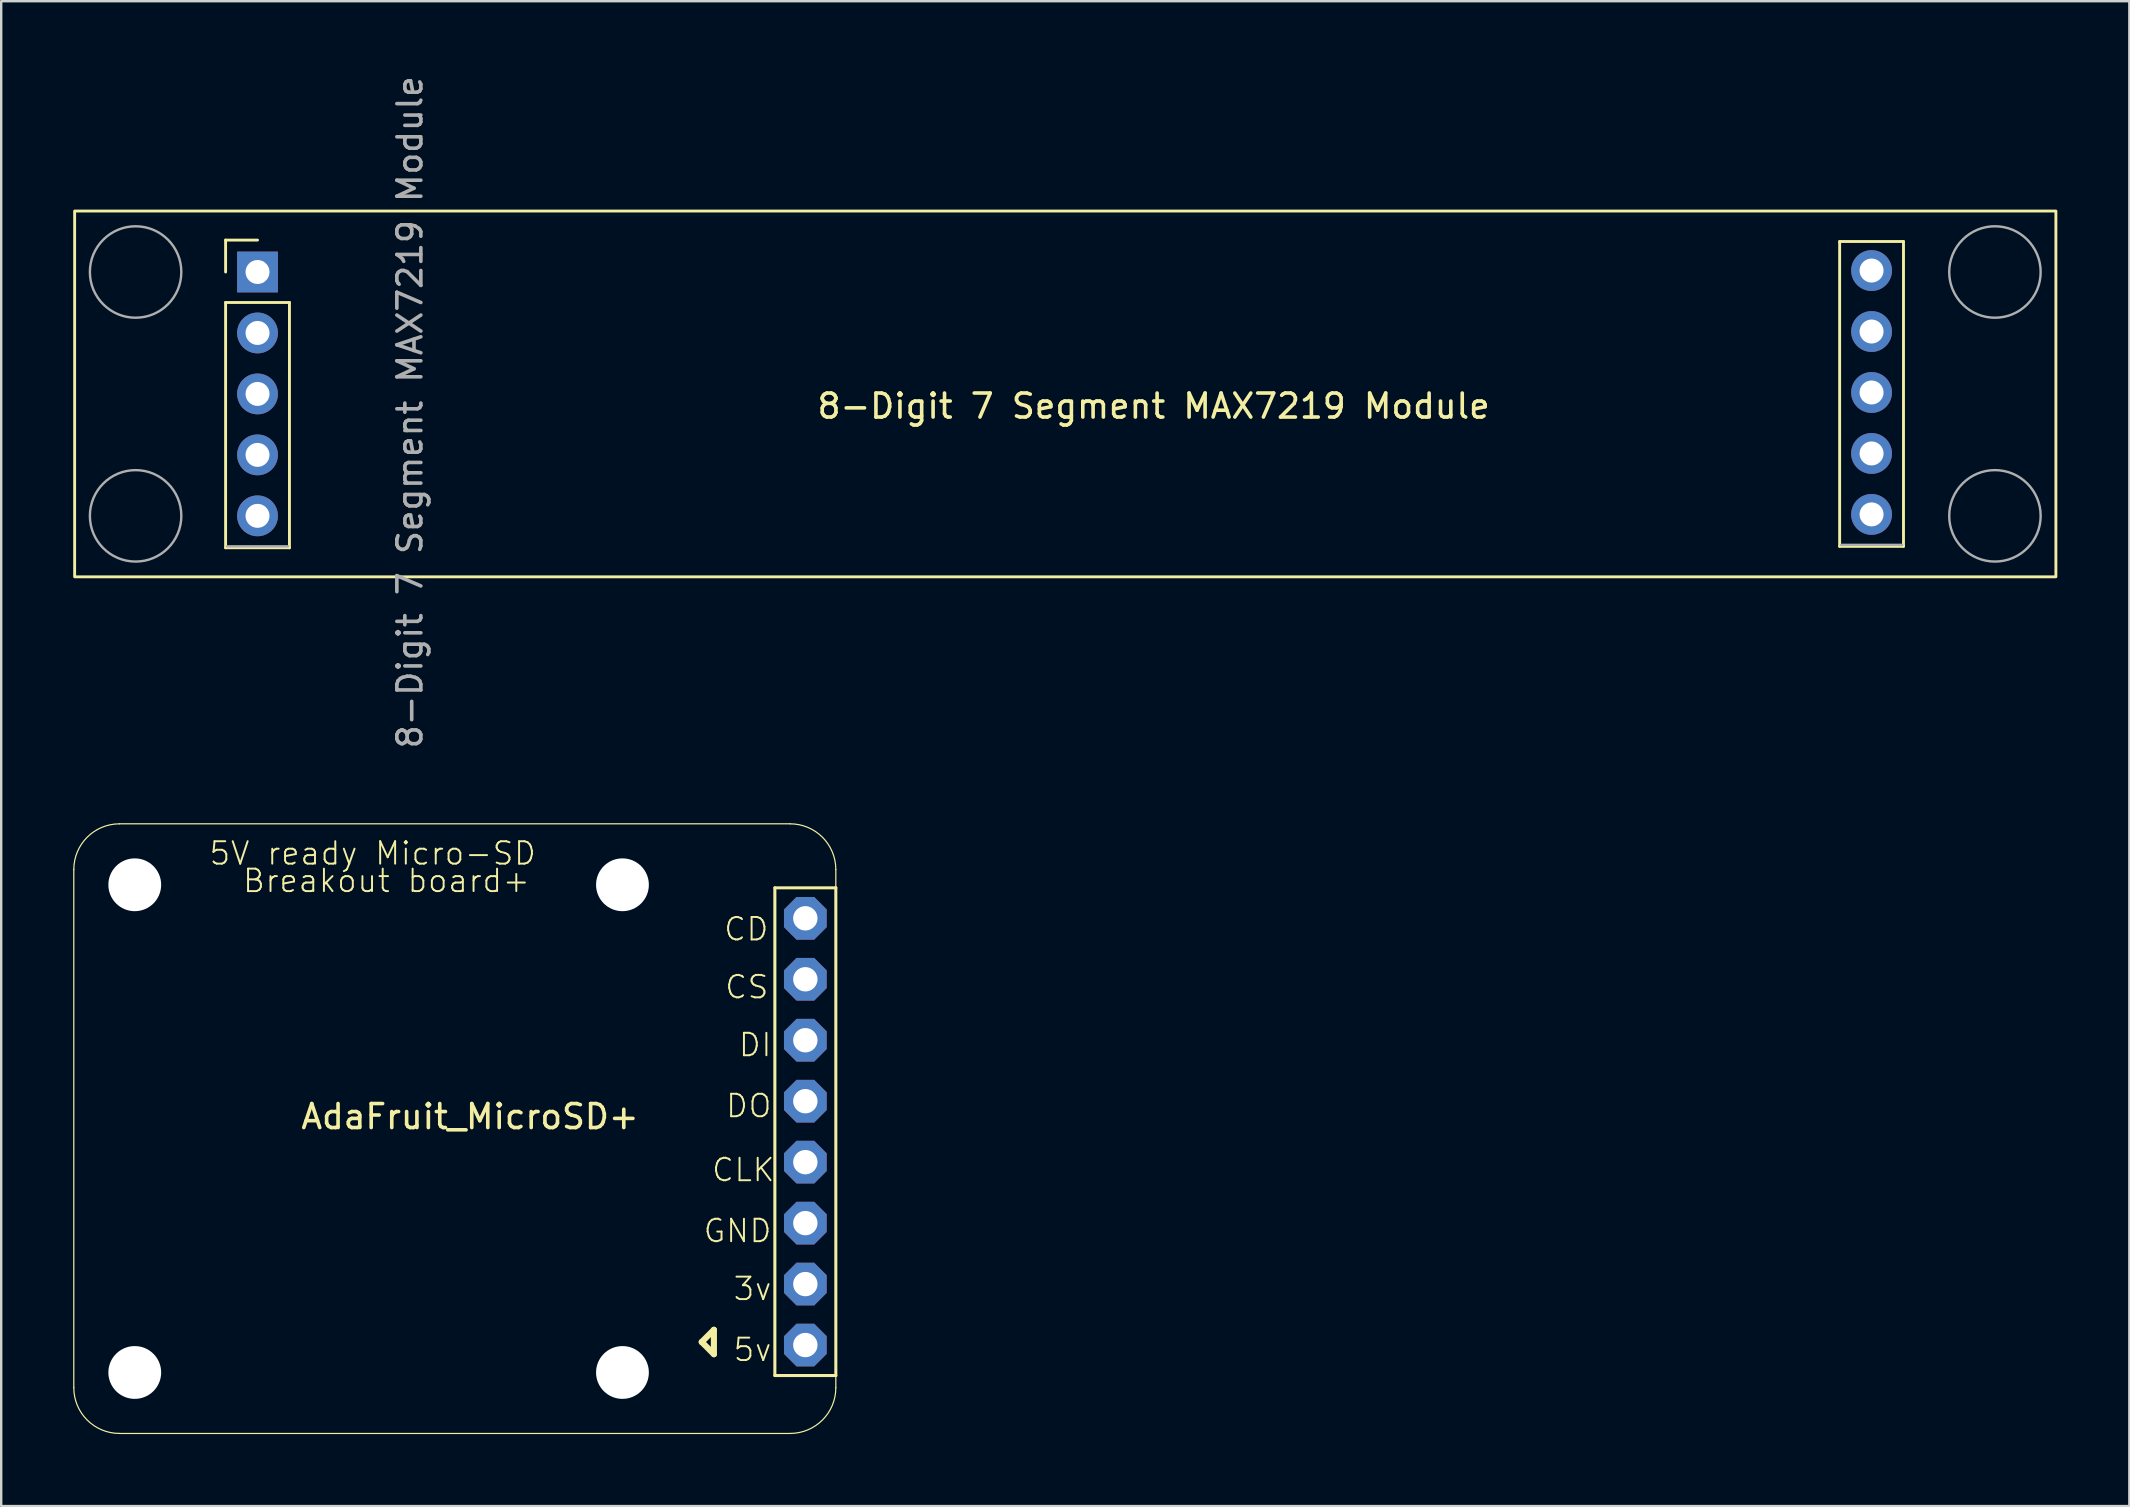
<source format=kicad_pcb>
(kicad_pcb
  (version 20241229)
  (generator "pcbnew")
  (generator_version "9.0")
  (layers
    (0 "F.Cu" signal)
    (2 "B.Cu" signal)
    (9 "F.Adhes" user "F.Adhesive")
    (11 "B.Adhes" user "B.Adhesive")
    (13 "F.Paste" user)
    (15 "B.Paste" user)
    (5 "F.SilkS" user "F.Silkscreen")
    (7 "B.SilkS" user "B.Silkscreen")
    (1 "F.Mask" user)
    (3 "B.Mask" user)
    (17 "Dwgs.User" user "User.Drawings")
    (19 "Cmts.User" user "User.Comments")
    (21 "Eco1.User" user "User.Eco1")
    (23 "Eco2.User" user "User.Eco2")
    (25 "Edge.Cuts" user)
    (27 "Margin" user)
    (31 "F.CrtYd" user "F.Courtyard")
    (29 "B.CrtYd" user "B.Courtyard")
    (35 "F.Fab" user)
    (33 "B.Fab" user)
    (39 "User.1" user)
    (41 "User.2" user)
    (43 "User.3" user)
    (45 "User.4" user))
  (footprint "8-Digit 7 Segment MAX7219 Module"
    (layer "F.Cu")
    (at 7.68 8.283)
    (property "Reference" "8-Digit 7 Segment MAX7219 Module" (at 37.338 5.588 0) (layer "F.SilkS") (effects (font (size 1 1) (thickness 0.15))))
    (attr through_hole)
    (fp_line (start -1.33 -1.33) (end 0 -1.33) (stroke (width 0.12) (type solid)) (layer "F.SilkS"))
    (fp_line (start -1.33 0) (end -1.33 -1.33) (stroke (width 0.12) (type solid)) (layer "F.SilkS"))
    (fp_line (start -1.33 1.27) (end -1.33 11.49) (stroke (width 0.12) (type solid)) (layer "F.SilkS"))
    (fp_line (start -1.33 1.27) (end 1.33 1.27) (stroke (width 0.12) (type solid)) (layer "F.SilkS"))
    (fp_line (start -1.33 11.49) (end 1.33 11.49) (stroke (width 0.12) (type solid)) (layer "F.SilkS"))
    (fp_line (start 1.33 1.27) (end 1.33 11.49) (stroke (width 0.12) (type solid)) (layer "F.SilkS"))
    (fp_line (start 65.92 -1.27) (end 65.92 11.43) (stroke (width 0.12) (type solid)) (layer "F.SilkS"))
    (fp_line (start 65.92 -1.27) (end 68.58 -1.27) (stroke (width 0.12) (type solid)) (layer "F.SilkS"))
    (fp_line (start 65.92 11.43) (end 68.58 11.43) (stroke (width 0.12) (type solid)) (layer "F.SilkS"))
    (fp_line (start 68.58 -1.27) (end 68.58 11.43) (stroke (width 0.12) (type solid)) (layer "F.SilkS"))
    (fp_rect (start -7.62 -2.54) (end 74.93 12.7) (stroke (width 0.12) (type default)) (fill no) (layer "F.SilkS"))
    (fp_line (start 1.27 11.43) (end -1.27 11.43) (stroke (width 0.1) (type solid)) (layer "F.Fab"))
    (fp_line (start 68.52 11.37) (end 65.98 11.37) (stroke (width 0.1) (type solid)) (layer "F.Fab"))
    (fp_circle (center -5.08 0) (end -3.175 0) (stroke (width 0.1) (type default)) (fill no) (layer "F.Fab"))
    (fp_circle (center -5.08 10.16) (end -3.175 10.16) (stroke (width 0.1) (type default)) (fill no) (layer "F.Fab"))
    (fp_circle (center 72.39 0) (end 74.295 0) (stroke (width 0.1) (type default)) (fill no) (layer "F.Fab"))
    (fp_circle (center 72.39 10.16) (end 74.295 10.16) (stroke (width 0.1) (type default)) (fill no) (layer "F.Fab"))
    (fp_text user "${REFERENCE}" (at 6.35 5.842 270) (layer "F.Fab") (effects (font (size 1 1) (thickness 0.15))))
    (pad "1" thru_hole rect (at 0 0) (size 1.7 1.7) (drill 1) (layers "*.Cu" "*.Mask"))
    (pad "2" thru_hole oval (at 0 2.54) (size 1.7 1.7) (drill 1) (layers "*.Cu" "*.Mask"))
    (pad "3" thru_hole oval (at 0 5.08) (size 1.7 1.7) (drill 1) (layers "*.Cu" "*.Mask"))
    (pad "4" thru_hole oval (at 0 7.62) (size 1.7 1.7) (drill 1) (layers "*.Cu" "*.Mask"))
    (pad "5" thru_hole oval (at 0 10.16) (size 1.7 1.7) (drill 1) (layers "*.Cu" "*.Mask"))
    (pad "6" thru_hole oval (at 67.25 10.1) (size 1.7 1.7) (drill 1) (layers "*.Cu" "*.Mask"))
    (pad "7" thru_hole oval (at 67.25 7.56) (size 1.7 1.7) (drill 1) (layers "*.Cu" "*.Mask"))
    (pad "8" thru_hole oval (at 67.25 5.02) (size 1.7 1.7) (drill 1) (layers "*.Cu" "*.Mask"))
    (pad "9" thru_hole oval (at 67.25 2.48) (size 1.7 1.7) (drill 1) (layers "*.Cu" "*.Mask"))
    (pad "10" thru_hole circle (at 67.25 -0.06) (size 1.7 1.7) (drill 1) (layers "*.Cu" "*.Mask")))
  (footprint "AdaFruit_MicroSD+"
    (layer "F.Cu")
    (at 16.535 43.975)
    (property "Reference" "AdaFruit_MicroSD+" (at 0 -0.5 0) (unlocked yes) (layer "F.SilkS") (effects (font (size 1 1) (thickness 0.15))))
    (attr through_hole)
    (fp_line (start -16.51 10.795) (end -16.51 -10.795) (stroke (width 0.05) (type solid)) (layer "F.SilkS"))
    (fp_line (start -14.605 -12.7) (end 13.335 -12.7) (stroke (width 0.05) (type solid)) (layer "F.SilkS"))
    (fp_line (start 9.652 8.89) (end 10.16 8.382) (stroke (width 0.254) (type solid)) (layer "F.SilkS"))
    (fp_line (start 10.16 8.382) (end 10.16 9.398) (stroke (width 0.254) (type solid)) (layer "F.SilkS"))
    (fp_line (start 10.16 9.398) (end 9.652 8.89) (stroke (width 0.254) (type solid)) (layer "F.SilkS"))
    (fp_line (start 12.7 -10.033) (end 15.24 -10.033) (stroke (width 0.127) (type solid)) (layer "F.SilkS"))
    (fp_line (start 12.7 10.287) (end 12.7 -10.033) (stroke (width 0.127) (type solid)) (layer "F.SilkS"))
    (fp_line (start 13.335 12.7) (end -14.605 12.7) (stroke (width 0.05) (type solid)) (layer "F.SilkS"))
    (fp_line (start 15.24 -10.795) (end 15.24 10.795) (stroke (width 0.05) (type solid)) (layer "F.SilkS"))
    (fp_line (start 15.24 -10.033) (end 15.24 10.287) (stroke (width 0.127) (type solid)) (layer "F.SilkS"))
    (fp_line (start 15.24 10.287) (end 12.7 10.287) (stroke (width 0.127) (type solid)) (layer "F.SilkS"))
    (fp_arc (start -16.51 -10.795) (mid -15.952038 -12.142038) (end -14.605 -12.7) (stroke (width 0.05) (type solid)) (layer "F.SilkS"))
    (fp_arc (start -14.605 12.7) (mid -15.952038 12.142038) (end -16.51 10.795) (stroke (width 0.05) (type solid)) (layer "F.SilkS"))
    (fp_arc (start 13.335 -12.7) (mid 14.682038 -12.142038) (end 15.24 -10.795) (stroke (width 0.05) (type solid)) (layer "F.SilkS"))
    (fp_arc (start 15.24 10.795) (mid 14.682038 12.142038) (end 13.335 12.7) (stroke (width 0.05) (type solid)) (layer "F.SilkS"))
    (fp_rect (start 13.716 -9.017) (end 14.224 -8.509) (stroke (width 0.1) (type default)) (fill no) (layer "F.Fab"))
    (fp_rect (start 13.716 -6.477) (end 14.224 -5.969) (stroke (width 0.1) (type default)) (fill no) (layer "F.Fab"))
    (fp_rect (start 13.716 -3.937) (end 14.224 -3.429) (stroke (width 0.1) (type default)) (fill no) (layer "F.Fab"))
    (fp_rect (start 13.716 -1.397) (end 14.224 -0.889) (stroke (width 0.1) (type default)) (fill no) (layer "F.Fab"))
    (fp_rect (start 13.716 1.143) (end 14.224 1.651) (stroke (width 0.1) (type default)) (fill no) (layer "F.Fab"))
    (fp_rect (start 13.716 3.683) (end 14.224 4.191) (stroke (width 0.1) (type default)) (fill no) (layer "F.Fab"))
    (fp_rect (start 13.716 6.223) (end 14.224 6.731) (stroke (width 0.1) (type default)) (fill no) (layer "F.Fab"))
    (fp_rect (start 13.716 8.763) (end 14.224 9.271) (stroke (width 0.1) (type default)) (fill no) (layer "F.Fab"))
    (fp_text user "GND" (at 9.667 4.808 0) (unlocked yes) (layer "F.SilkS") (effects (font (size 0.935 0.935) (thickness 0.081)) (justify left bottom)))
    (fp_text user "CLK" (at 10.017 2.268 0) (unlocked yes) (layer "F.SilkS") (effects (font (size 0.935 0.935) (thickness 0.081)) (justify left bottom)))
    (fp_text user "Breakout board+" (at -9.525 -9.779 0) (unlocked yes) (layer "F.SilkS") (effects (font (size 0.935 0.935) (thickness 0.081)) (justify left bottom)))
    (fp_text user "CS" (at 10.564 -5.352 0) (unlocked yes) (layer "F.SilkS") (effects (font (size 0.935 0.935) (thickness 0.081)) (justify left bottom)))
    (fp_text user "5v" (at 10.914 9.761 0) (unlocked yes) (layer "F.SilkS") (effects (font (size 0.935 0.935) (thickness 0.081)) (justify left bottom)))
    (fp_text user "DO" (at 10.602 -0.399 0) (unlocked yes) (layer "F.SilkS") (effects (font (size 0.935 0.935) (thickness 0.081)) (justify left bottom)))
    (fp_text user "5V ready Micro-SD" (at -10.922 -10.922 0) (unlocked yes) (layer "F.SilkS") (effects (font (size 0.935 0.935) (thickness 0.081)) (justify left bottom)))
    (fp_text user "CD" (at 10.52 -7.765 0) (unlocked yes) (layer "F.SilkS") (effects (font (size 0.935 0.935) (thickness 0.081)) (justify left bottom)))
    (fp_text user "3v" (at 10.914 7.221 0) (unlocked yes) (layer "F.SilkS") (effects (font (size 0.935 0.935) (thickness 0.081)) (justify left bottom)))
    (fp_text user "DI" (at 11.136 -2.939 0) (unlocked yes) (layer "F.SilkS") (effects (font (size 0.935 0.935) (thickness 0.081)) (justify left bottom)))
    (pad "" np_thru_hole circle (at -13.97 -10.16) (size 2.2 2.2) (drill 2.2) (layers "*.Cu" "*.Mask"))
    (pad "" np_thru_hole circle (at -13.97 10.16) (size 2.2 2.2) (drill 2.2) (layers "*.Cu" "*.Mask"))
    (pad "" np_thru_hole circle (at 6.35 -10.16) (size 2.2 2.2) (drill 2.2) (layers "*.Cu" "*.Mask"))
    (pad "" np_thru_hole circle (at 6.35 10.16) (size 2.2 2.2) (drill 2.2) (layers "*.Cu" "*.Mask"))
    (pad "1" thru_hole roundrect (at 13.97 9.017 180) (size 1.778 1.778) (drill 1.016) (layers "*.Cu" "*.Mask") (roundrect_rratio 0.25) (chamfer_ratio 0.293) (chamfer top_left top_right bottom_left bottom_right))
    (pad "2" thru_hole roundrect (at 13.97 6.477 180) (size 1.778 1.778) (drill 1.016) (layers "*.Cu" "*.Mask") (roundrect_rratio 0.25) (chamfer_ratio 0.293) (chamfer top_left top_right bottom_left bottom_right))
    (pad "3" thru_hole roundrect (at 13.97 3.937 180) (size 1.778 1.778) (drill 1.016) (layers "*.Cu" "*.Mask") (roundrect_rratio 0.25) (chamfer_ratio 0.293) (chamfer top_left top_right bottom_left bottom_right))
    (pad "4" thru_hole roundrect (at 13.97 1.397 180) (size 1.778 1.778) (drill 1.016) (layers "*.Cu" "*.Mask") (roundrect_rratio 0.25) (chamfer_ratio 0.293) (chamfer top_left top_right bottom_left bottom_right))
    (pad "5" thru_hole roundrect (at 13.97 -1.143 180) (size 1.778 1.778) (drill 1.016) (layers "*.Cu" "*.Mask") (roundrect_rratio 0.25) (chamfer_ratio 0.293) (chamfer top_left top_right bottom_left bottom_right))
    (pad "6" thru_hole roundrect (at 13.97 -3.683 180) (size 1.778 1.778) (drill 1.016) (layers "*.Cu" "*.Mask") (roundrect_rratio 0.25) (chamfer_ratio 0.293) (chamfer top_left top_right bottom_left bottom_right))
    (pad "7" thru_hole roundrect (at 13.97 -6.223 180) (size 1.778 1.778) (drill 1.016) (layers "*.Cu" "*.Mask") (roundrect_rratio 0.25) (chamfer_ratio 0.293) (chamfer top_left top_right bottom_left bottom_right))
    (pad "8" thru_hole roundrect (at 13.97 -8.763 180) (size 1.778 1.778) (drill 1.016) (layers "*.Cu" "*.Mask") (roundrect_rratio 0.25) (chamfer_ratio 0.293) (chamfer top_left top_right bottom_left bottom_right)))
  (gr_rect
    (start -3 -3)
    (end 85.67 59.7)
    (stroke (width 0.1) (type default))
    (fill no)
    (layer "Edge.Cuts")))
</source>
